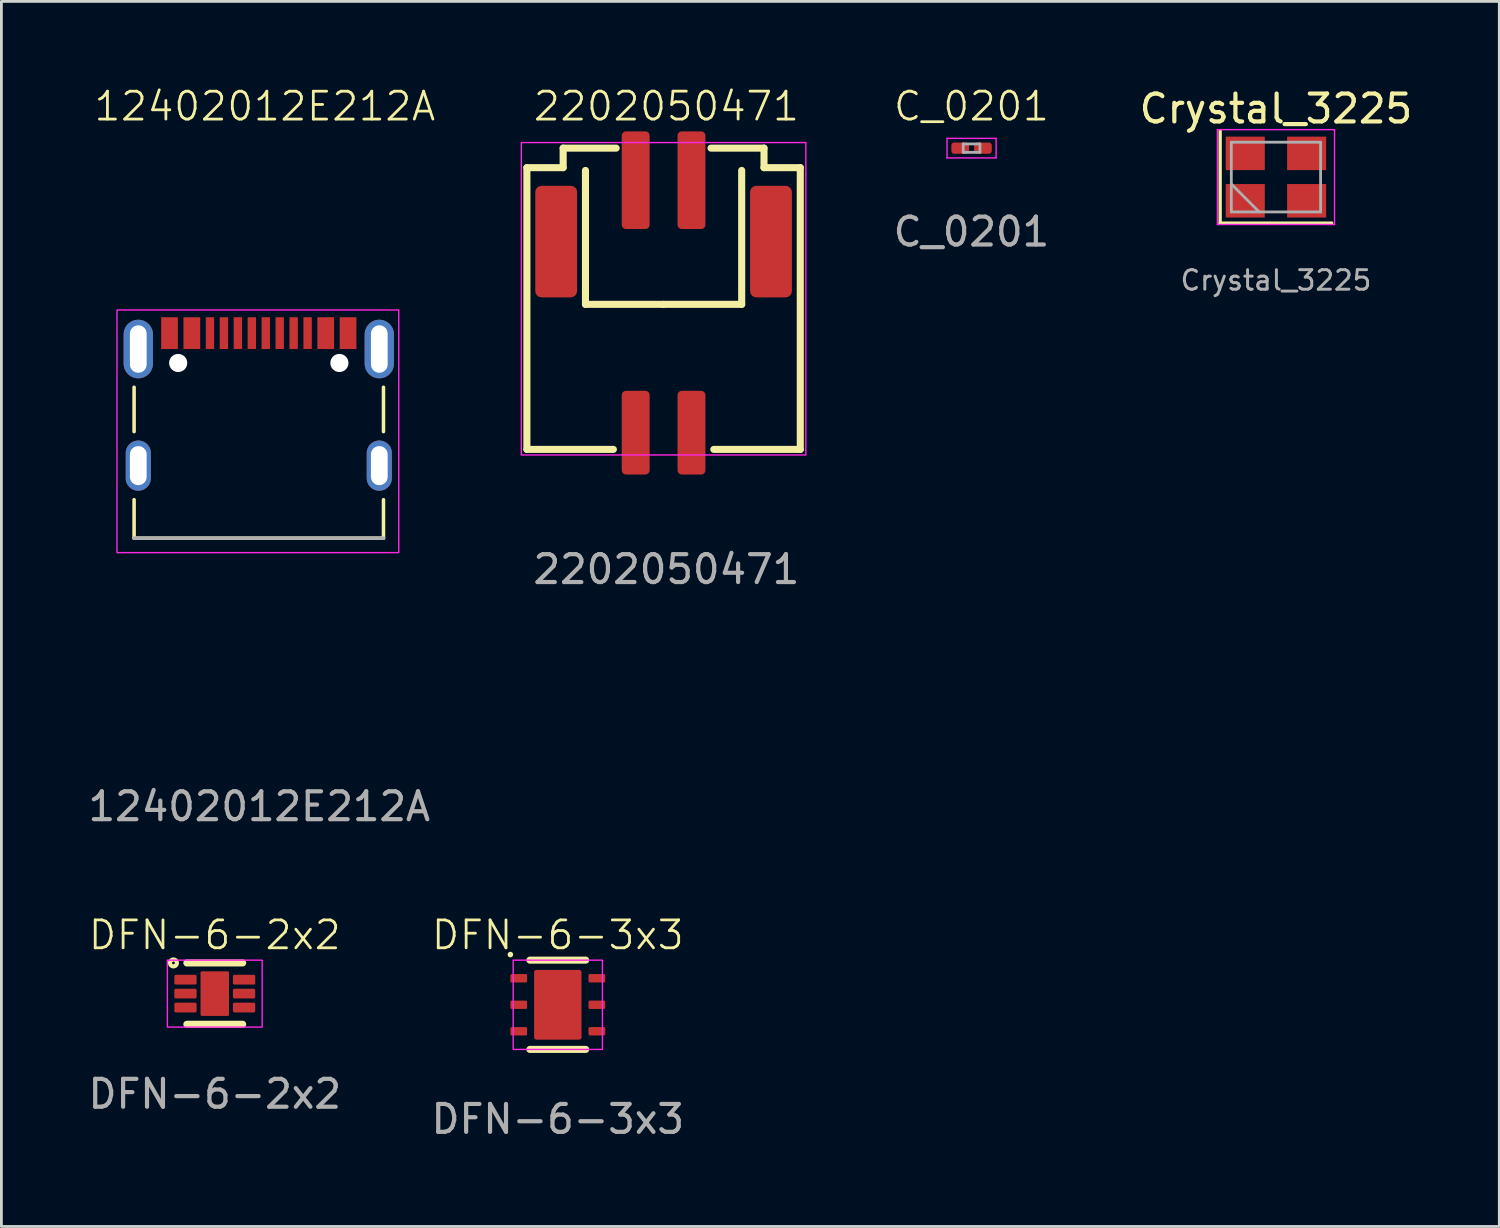
<source format=kicad_pcb>
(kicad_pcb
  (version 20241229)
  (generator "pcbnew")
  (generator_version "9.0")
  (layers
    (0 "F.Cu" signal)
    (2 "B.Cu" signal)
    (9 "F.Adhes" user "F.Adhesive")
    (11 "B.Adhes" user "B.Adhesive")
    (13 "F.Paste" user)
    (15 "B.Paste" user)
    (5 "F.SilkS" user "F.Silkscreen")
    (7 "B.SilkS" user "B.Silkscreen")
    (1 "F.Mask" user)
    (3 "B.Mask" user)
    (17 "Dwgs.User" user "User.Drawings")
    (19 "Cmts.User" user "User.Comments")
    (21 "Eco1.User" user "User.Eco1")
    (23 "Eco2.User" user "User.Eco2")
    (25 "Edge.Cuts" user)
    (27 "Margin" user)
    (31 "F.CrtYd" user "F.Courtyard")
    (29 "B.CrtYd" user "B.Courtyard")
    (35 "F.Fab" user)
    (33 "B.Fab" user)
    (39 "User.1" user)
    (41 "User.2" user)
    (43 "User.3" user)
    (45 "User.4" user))
  (footprint "12402012E212A"
    (layer "F.Cu")
    (at 6.244 13.661)
    (property "Reference" "12402012E212A" (at 0.2 -12.9 0) (unlocked yes) (layer "F.SilkS") (effects (font (size 1 1) (thickness 0.1))))
    (attr smd)
    (fp_line (start -4.487 -1.239) (end -4.487 -2.829) (stroke (width 0.127) (type solid)) (layer "F.SilkS"))
    (fp_line (start -4.487 2.581) (end -4.487 1.201) (stroke (width 0.127) (type solid)) (layer "F.SilkS"))
    (fp_line (start 4.453 -1.239) (end 4.453 -2.829) (stroke (width 0.127) (type solid)) (layer "F.SilkS"))
    (fp_line (start 4.453 2.581) (end -4.487 2.581) (stroke (width 0.127) (type solid)) (layer "F.SilkS"))
    (fp_line (start 4.453 2.581) (end 4.453 1.201) (stroke (width 0.127) (type solid)) (layer "F.SilkS"))
    (fp_rect (start -5.1 -5.6) (end 5 3.1) (stroke (width 0.05) (type solid)) (fill no) (layer "F.CrtYd"))
    (fp_line (start 4.453 2.581) (end -4.487 2.581) (stroke (width 0.127) (type solid)) (layer "F.Fab"))
    (fp_text user "${REFERENCE}" (at 0 12.2 0) (unlocked yes) (layer "F.Fab") (effects (font (size 1 1) (thickness 0.15))))
    (pad "" np_thru_hole circle (at -2.907 -3.699) (size 0.65 0.65) (drill 0.65) (layers "*.Cu" "*.Mask"))
    (pad "" np_thru_hole circle (at 2.873 -3.699) (size 0.65 0.65) (drill 0.65) (layers "*.Cu" "*.Mask"))
    (pad "A1_B12" smd rect (at -3.217 -4.769) (size 0.6 1.14) (layers "F.Cu" "F.Mask" "F.Paste"))
    (pad "A4_B9" smd rect (at -2.417 -4.769) (size 0.6 1.14) (layers "F.Cu" "F.Mask" "F.Paste"))
    (pad "A5" smd rect (at -1.267 -4.769) (size 0.3 1.14) (layers "F.Cu" "F.Mask" "F.Paste"))
    (pad "A6" smd rect (at -0.267 -4.769) (size 0.3 1.14) (layers "F.Cu" "F.Mask" "F.Paste"))
    (pad "A7" smd rect (at 0.233 -4.769) (size 0.3 1.14) (layers "F.Cu" "F.Mask" "F.Paste"))
    (pad "A8" smd rect (at 1.233 -4.769) (size 0.3 1.14) (layers "F.Cu" "F.Mask" "F.Paste"))
    (pad "B1_A12" smd rect (at 3.183 -4.769) (size 0.6 1.14) (layers "F.Cu" "F.Mask" "F.Paste"))
    (pad "B4_A9" smd rect (at 2.383 -4.769) (size 0.6 1.14) (layers "F.Cu" "F.Mask" "F.Paste"))
    (pad "B5" smd rect (at 1.733 -4.769) (size 0.3 1.14) (layers "F.Cu" "F.Mask" "F.Paste"))
    (pad "B6" smd rect (at 0.733 -4.769) (size 0.3 1.14) (layers "F.Cu" "F.Mask" "F.Paste"))
    (pad "B7" smd rect (at -0.767 -4.769) (size 0.3 1.14) (layers "F.Cu" "F.Mask" "F.Paste"))
    (pad "B8" smd rect (at -1.767 -4.769) (size 0.3 1.14) (layers "F.Cu" "F.Mask" "F.Paste"))
    (pad "SH1" thru_hole oval (at -4.337 -4.199 90) (size 2.1 1.05) (drill oval 1.7 0.6) (layers "*.Cu" "*.Mask"))
    (pad "SH2" thru_hole oval (at 4.303 -4.199 90) (size 2.1 1.05) (drill oval 1.7 0.6) (layers "*.Cu" "*.Mask"))
    (pad "SH3" thru_hole oval (at -4.337 -0.019 90) (size 1.8 0.9) (drill oval 1.4 0.6) (layers "*.Cu" "*.Mask"))
    (pad "SH4" thru_hole oval (at 4.303 -0.019 90) (size 1.8 0.9) (drill oval 1.4 0.6) (layers "*.Cu" "*.Mask")))
  (footprint "C_0201"
    (layer "F.Cu")
    (at 31.774 2.26)
    (property "Reference" "C_0201" (at 0 -1.5 0) (unlocked yes) (layer "F.SilkS") (effects (font (size 1 1) (thickness 0.1))))
    (attr smd)
    (fp_line (start -0.875 -0.35) (end 0.885 -0.35) (stroke (width 0.05) (type solid)) (layer "F.CrtYd"))
    (fp_line (start -0.875 0.35) (end -0.875 -0.35) (stroke (width 0.05) (type solid)) (layer "F.CrtYd"))
    (fp_line (start 0.885 -0.35) (end 0.885 0.35) (stroke (width 0.05) (type solid)) (layer "F.CrtYd"))
    (fp_line (start 0.885 0.35) (end -0.875 0.35) (stroke (width 0.05) (type solid)) (layer "F.CrtYd"))
    (fp_line (start -0.295 -0.15) (end 0.305 -0.15) (stroke (width 0.1) (type solid)) (layer "F.Fab"))
    (fp_line (start -0.295 0.15) (end -0.295 -0.15) (stroke (width 0.1) (type solid)) (layer "F.Fab"))
    (fp_line (start 0.305 -0.15) (end 0.305 0.15) (stroke (width 0.1) (type solid)) (layer "F.Fab"))
    (fp_line (start 0.305 0.15) (end -0.295 0.15) (stroke (width 0.1) (type solid)) (layer "F.Fab"))
    (fp_text user "${REFERENCE}" (at 0 3 0) (unlocked yes) (layer "F.Fab") (effects (font (size 1 1) (thickness 0.15))))
    (pad "" smd roundrect (at -0.428 0) (size 0.458 0.36) (layers "F.Paste") (roundrect_rratio 0.25))
    (pad "" smd roundrect (at 0.437 0) (size 0.458 0.36) (layers "F.Paste") (roundrect_rratio 0.25))
    (pad "1" smd roundrect (at -0.403 0) (size 0.635 0.4) (layers "F.Cu" "F.Mask") (roundrect_rratio 0.25))
    (pad "2" smd roundrect (at 0.412 0) (size 0.635 0.4) (layers "F.Cu" "F.Mask") (roundrect_rratio 0.25)))
  (footprint "DFN-6-2x2"
    (layer "F.Cu")
    (at 4.649 32.569)
    (property "Reference" "DFN-6-2x2" (at 0 -2.1 0) (unlocked yes) (layer "F.SilkS") (effects (font (size 1 1) (thickness 0.1))))
    (attr smd)
    (fp_line (start -1 -1.1) (end 1 -1.1) (stroke (width 0.254) (type solid)) (layer "F.SilkS"))
    (fp_line (start -1 1.1) (end 1 1.1) (stroke (width 0.254) (type solid)) (layer "F.SilkS"))
    (fp_circle (center -1.481 -1.1) (end -1.516 -1.135) (stroke (width 0.15) (type solid)) (fill no) (layer "F.SilkS"))
    (fp_rect (start -1.7 -1.2) (end 1.7 1.2) (stroke (width 0.05) (type solid)) (fill no) (layer "F.CrtYd"))
    (fp_text user "${REFERENCE}" (at 0 3.6 0) (unlocked yes) (layer "F.Fab") (effects (font (size 1 1) (thickness 0.15))))
    (pad "1" smd roundrect (at -1.05 -0.5) (size 0.8 0.35) (layers "F.Cu" "F.Mask" "F.Paste") (roundrect_rratio 0.15))
    (pad "2" smd roundrect (at -1.05 0) (size 0.8 0.35) (layers "F.Cu" "F.Mask" "F.Paste") (roundrect_rratio 0.15))
    (pad "3" smd roundrect (at -1.05 0.5) (size 0.8 0.35) (layers "F.Cu" "F.Mask" "F.Paste") (roundrect_rratio 0.15))
    (pad "4" smd roundrect (at 1.05 0.5 180) (size 0.8 0.35) (layers "F.Cu" "F.Mask" "F.Paste") (roundrect_rratio 0.15))
    (pad "5" smd roundrect (at 1.05 0 180) (size 0.8 0.35) (layers "F.Cu" "F.Mask" "F.Paste") (roundrect_rratio 0.15))
    (pad "6" smd roundrect (at 1.05 -0.5 180) (size 0.8 0.35) (layers "F.Cu" "F.Mask" "F.Paste") (roundrect_rratio 0.15))
    (pad "PAD" smd roundrect (at 0 0) (size 1.02 1.6) (layers "F.Cu" "F.Mask" "F.Paste") (roundrect_rratio 0.05)))
  (footprint "DFN-6-3x3"
    (layer "F.Cu")
    (at 16.946 32.969)
    (property "Reference" "DFN-6-3x3" (at 0 -2.5 0) (unlocked yes) (layer "F.SilkS") (effects (font (size 1 1) (thickness 0.1))))
    (attr smd)
    (fp_line (start -1 -1.6) (end 1 -1.6) (stroke (width 0.254) (type solid)) (layer "F.SilkS"))
    (fp_line (start -1 1.6) (end 1 1.6) (stroke (width 0.254) (type solid)) (layer "F.SilkS"))
    (fp_circle (center -1.7 -1.8) (end -1.65 -1.8) (stroke (width 0.1) (type solid)) (fill no) (layer "F.SilkS"))
    (fp_rect (start -1.6 -1.6) (end 1.6 1.6) (stroke (width 0.05) (type solid)) (fill no) (layer "F.CrtYd"))
    (fp_text user "${REFERENCE}" (at 0.000008 4.1 0) (unlocked yes) (layer "F.Fab") (effects (font (size 1 1) (thickness 0.15))))
    (pad "1" smd roundrect (at -1.4 -0.95) (size 0.6 0.3) (layers "F.Cu" "F.Mask" "F.Paste") (roundrect_rratio 0.15))
    (pad "2" smd roundrect (at -1.4 0) (size 0.6 0.3) (layers "F.Cu" "F.Mask" "F.Paste") (roundrect_rratio 0.15))
    (pad "3" smd roundrect (at -1.4 0.95) (size 0.6 0.3) (layers "F.Cu" "F.Mask" "F.Paste") (roundrect_rratio 0.15))
    (pad "4" smd roundrect (at 1.4 0.95) (size 0.6 0.3) (layers "F.Cu" "F.Mask" "F.Paste") (roundrect_rratio 0.15))
    (pad "5" smd roundrect (at 1.4 0) (size 0.6 0.3) (layers "F.Cu" "F.Mask" "F.Paste") (roundrect_rratio 0.15))
    (pad "6" smd roundrect (at 1.4 -0.95) (size 0.6 0.3) (layers "F.Cu" "F.Mask" "F.Paste") (roundrect_rratio 0.15))
    (pad "PAD" smd roundrect (at 0 0) (size 1.7 2.5) (layers "F.Cu" "F.Mask" "F.Paste") (roundrect_rratio 0.05)))
  (footprint "2202050471"
    (layer "F.Cu")
    (at 20.738 8.06)
    (property "Reference" "2202050471" (at 0.1 -7.3 0) (unlocked yes) (layer "F.SilkS") (effects (font (size 1 1) (thickness 0.1))))
    (attr smd)
    (fp_line (start -4.9 -5.1) (end -4.9 5) (stroke (width 0.254) (type solid)) (layer "F.SilkS"))
    (fp_line (start -4.9 5) (end -1.8 5) (stroke (width 0.254) (type solid)) (layer "F.SilkS"))
    (fp_line (start -3.6 -5.8) (end -3.6 -5.1) (stroke (width 0.254) (type solid)) (layer "F.SilkS"))
    (fp_line (start -3.6 -5.8) (end -1.7 -5.8) (stroke (width 0.254) (type solid)) (layer "F.SilkS"))
    (fp_line (start -3.6 -5.1) (end -4.9 -5.1) (stroke (width 0.254) (type solid)) (layer "F.SilkS"))
    (fp_line (start -2.8 -5) (end -2.8 -0.2) (stroke (width 0.254) (type solid)) (layer "F.SilkS"))
    (fp_line (start -2.8 -0.2) (end 0 -0.2) (stroke (width 0.254) (type solid)) (layer "F.SilkS"))
    (fp_line (start 2.8 -5) (end 2.8 -0.2) (stroke (width 0.254) (type solid)) (layer "F.SilkS"))
    (fp_line (start 2.8 -0.2) (end 0 -0.2) (stroke (width 0.254) (type solid)) (layer "F.SilkS"))
    (fp_line (start 3.6 -5.8) (end 1.7 -5.8) (stroke (width 0.254) (type solid)) (layer "F.SilkS"))
    (fp_line (start 3.6 -5.8) (end 3.6 -5.1) (stroke (width 0.254) (type solid)) (layer "F.SilkS"))
    (fp_line (start 3.6 -5.1) (end 4.9 -5.1) (stroke (width 0.254) (type solid)) (layer "F.SilkS"))
    (fp_line (start 4.9 -5.1) (end 4.9 5) (stroke (width 0.254) (type solid)) (layer "F.SilkS"))
    (fp_line (start 4.9 5) (end 1.8 5) (stroke (width 0.254) (type solid)) (layer "F.SilkS"))
    (fp_rect (start -5.1 -6) (end 5.1 5.2) (stroke (width 0.05) (type default)) (fill no) (layer "F.CrtYd"))
    (fp_text user "${REFERENCE}" (at 0.1 9.3 0) (unlocked yes) (layer "F.Fab") (effects (font (size 1 1) (thickness 0.15))))
    (pad "1" smd roundrect (at -1 4.4) (size 1 3) (layers "F.Cu" "F.Mask" "F.Paste") (roundrect_rratio 0.15))
    (pad "2" smd roundrect (at 1 4.4) (size 1 3) (layers "F.Cu" "F.Mask" "F.Paste") (roundrect_rratio 0.15))
    (pad "3" smd roundrect (at 1 -4.65) (size 1 3.5) (layers "F.Cu" "F.Mask" "F.Paste") (roundrect_rratio 0.15))
    (pad "4" smd roundrect (at -1 -4.65) (size 1 3.5) (layers "F.Cu" "F.Mask" "F.Paste") (roundrect_rratio 0.15))
    (pad "MP1" smd roundrect (at -3.85 -2.45) (size 1.5 4) (layers "F.Cu" "F.Mask" "F.Paste") (roundrect_rratio 0.15))
    (pad "MP2" smd roundrect (at 3.85 -2.45) (size 1.5 4) (layers "F.Cu" "F.Mask" "F.Paste") (roundrect_rratio 0.15)))
  (footprint "Crystal_3225"
    (layer "F.Cu")
    (at 42.69 3.298)
    (property "Reference" "Crystal_3225" (at 0 -2.45 0) (layer "F.SilkS") (effects (font (size 1 1) (thickness 0.15))))
    (attr smd)
    (fp_line (start -2 -1.65) (end -2 1.65) (stroke (width 0.12) (type solid)) (layer "F.SilkS"))
    (fp_line (start -2 1.65) (end 2 1.65) (stroke (width 0.12) (type solid)) (layer "F.SilkS"))
    (fp_line (start -2.1 -1.7) (end -2.1 1.7) (stroke (width 0.05) (type solid)) (layer "F.CrtYd"))
    (fp_line (start -2.1 1.7) (end 2.1 1.7) (stroke (width 0.05) (type solid)) (layer "F.CrtYd"))
    (fp_line (start 2.1 -1.7) (end -2.1 -1.7) (stroke (width 0.05) (type solid)) (layer "F.CrtYd"))
    (fp_line (start 2.1 1.7) (end 2.1 -1.7) (stroke (width 0.05) (type solid)) (layer "F.CrtYd"))
    (fp_line (start -1.6 -1.25) (end -1.6 1.25) (stroke (width 0.1) (type solid)) (layer "F.Fab"))
    (fp_line (start -1.6 0.25) (end -0.6 1.25) (stroke (width 0.1) (type solid)) (layer "F.Fab"))
    (fp_line (start -1.6 1.25) (end 1.6 1.25) (stroke (width 0.1) (type solid)) (layer "F.Fab"))
    (fp_line (start 1.6 -1.25) (end -1.6 -1.25) (stroke (width 0.1) (type solid)) (layer "F.Fab"))
    (fp_line (start 1.6 1.25) (end 1.6 -1.25) (stroke (width 0.1) (type solid)) (layer "F.Fab"))
    (fp_text user "${REFERENCE}" (at 0 3.7 0) (layer "F.Fab") (effects (font (size 0.7 0.7) (thickness 0.105))))
    (pad "1" smd rect (at -1.1 0.85) (size 1.4 1.2) (layers "F.Cu" "F.Mask" "F.Paste"))
    (pad "2" smd rect (at 1.1 0.85) (size 1.4 1.2) (layers "F.Cu" "F.Mask" "F.Paste"))
    (pad "3" smd rect (at 1.1 -0.85) (size 1.4 1.2) (layers "F.Cu" "F.Mask" "F.Paste"))
    (pad "4" smd rect (at -1.1 -0.85) (size 1.4 1.2) (layers "F.Cu" "F.Mask" "F.Paste")))
  (gr_rect
    (start -3 -3)
    (end 50.696 40.917)
    (stroke (width 0.1) (type default))
    (fill no)
    (layer "Edge.Cuts")))
</source>
